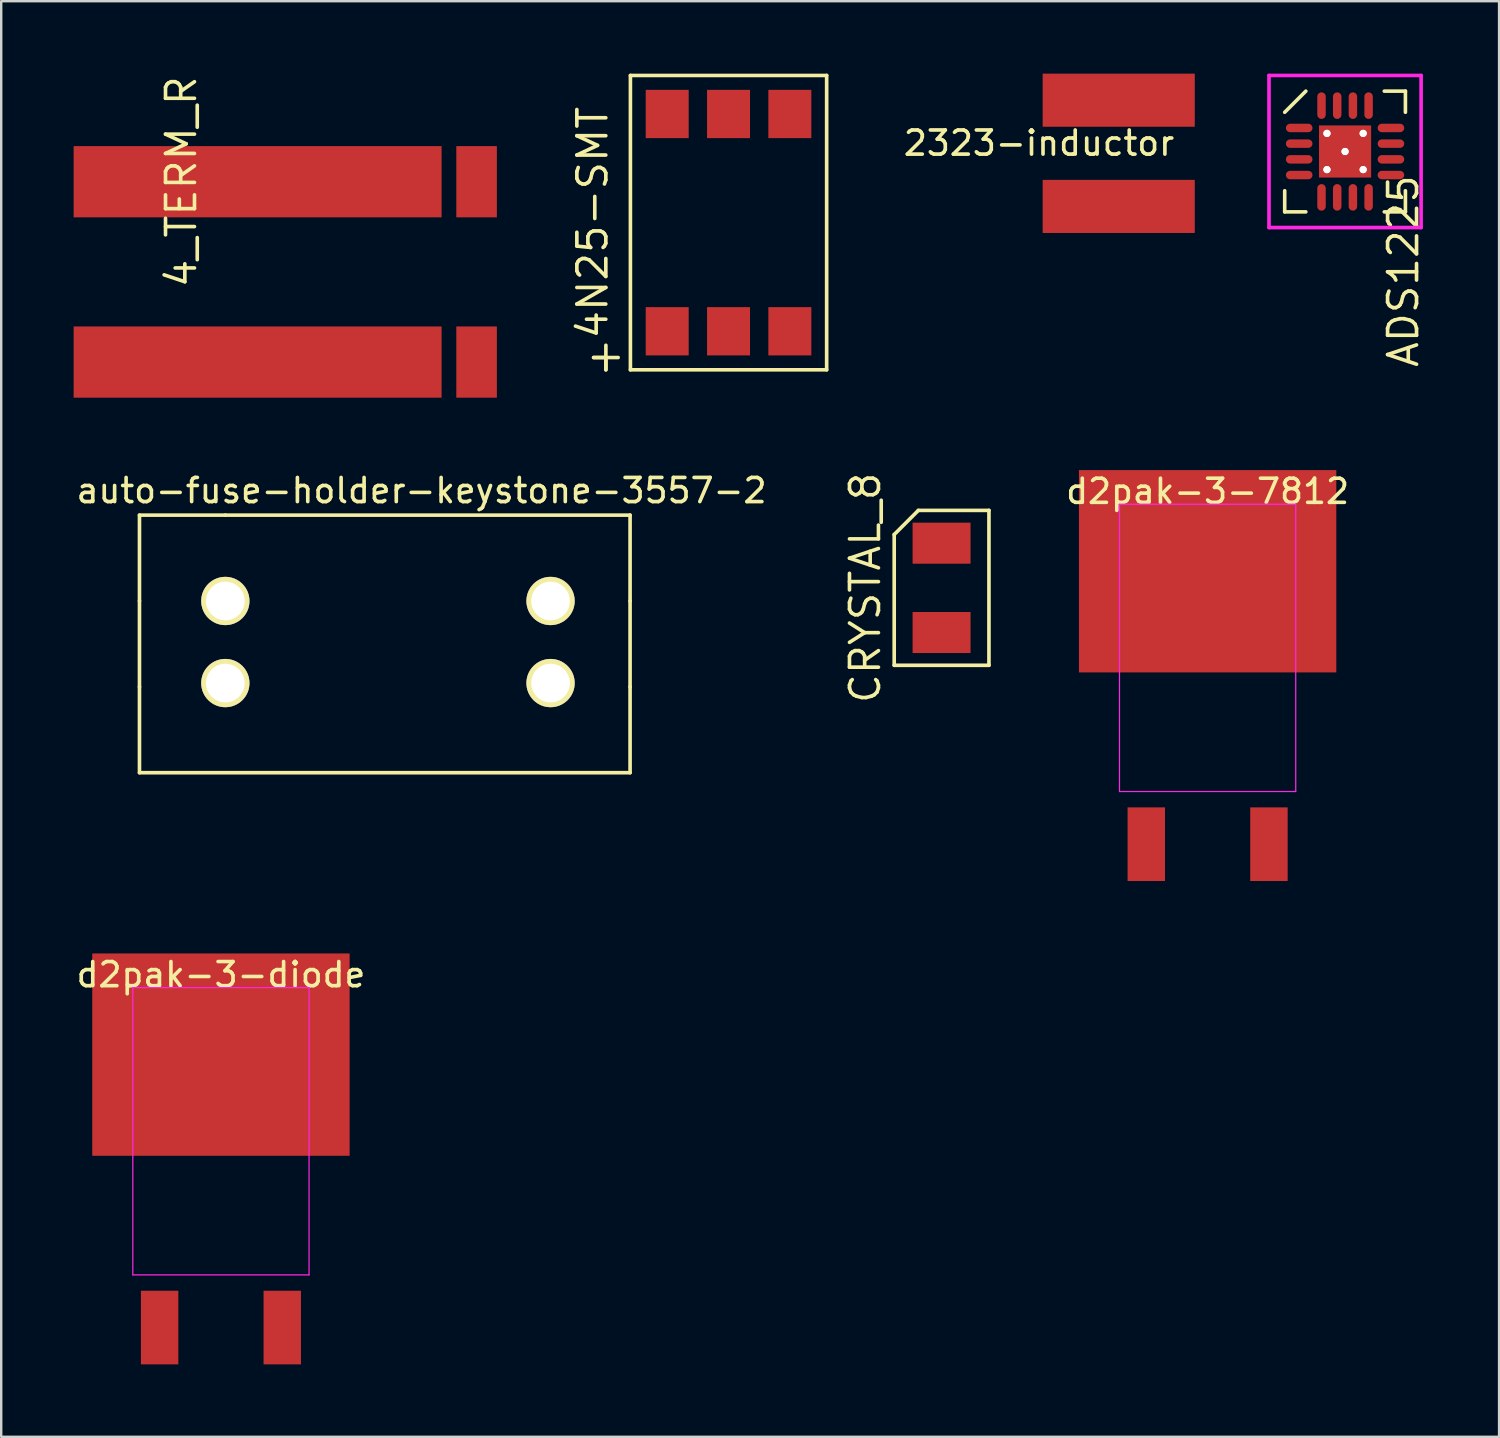
<source format=kicad_pcb>
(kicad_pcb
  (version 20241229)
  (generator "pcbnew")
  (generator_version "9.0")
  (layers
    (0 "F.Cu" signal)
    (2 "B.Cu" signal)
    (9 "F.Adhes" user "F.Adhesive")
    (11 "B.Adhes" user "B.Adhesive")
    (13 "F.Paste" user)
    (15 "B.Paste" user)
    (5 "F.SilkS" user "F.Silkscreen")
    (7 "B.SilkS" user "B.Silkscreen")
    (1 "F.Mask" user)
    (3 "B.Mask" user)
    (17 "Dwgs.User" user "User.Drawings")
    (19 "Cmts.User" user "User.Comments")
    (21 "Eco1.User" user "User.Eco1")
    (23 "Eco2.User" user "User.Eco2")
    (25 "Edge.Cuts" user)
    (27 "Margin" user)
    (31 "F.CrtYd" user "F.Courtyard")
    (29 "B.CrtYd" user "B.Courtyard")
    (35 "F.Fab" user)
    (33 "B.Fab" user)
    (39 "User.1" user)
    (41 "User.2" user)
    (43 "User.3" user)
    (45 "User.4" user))
  (footprint "2323-inductor"
    (layer "F.Cu")
    (at 43.286 1.1)
    (property "Reference" "2323-inductor" (at -3.302 1.778 0) (layer "F.SilkS") (effects (font (size 1 1) (thickness 0.15))))
    (attr through_hole)
    (pad "1" smd rect (at 0 0) (size 6.3 2.2) (layers "F.Cu" "F.Mask" "F.Paste"))
    (pad "2" smd rect (at 0 4.4) (size 6.3 2.2) (layers "F.Cu" "F.Mask" "F.Paste")))
  (footprint "CRYSTAL_8"
    (layer "F.Cu")
    (at 35.949 21.298)
    (property "Reference" "CRYSTAL_8" (at -3.162 0 90) (layer "F.SilkS") (effects (font (size 1.2 1.2) (thickness 0.15))))
    (attr through_hole)
    (fp_line (start -1.962 -2.208) (end -1.962 3.208) (stroke (width 0.15) (type solid)) (layer "F.SilkS"))
    (fp_line (start -1.962 3.208) (end 1.962 3.208) (stroke (width 0.15) (type solid)) (layer "F.SilkS"))
    (fp_line (start -0.962 -3.208) (end -1.962 -2.208) (stroke (width 0.15) (type solid)) (layer "F.SilkS"))
    (fp_line (start 1.962 -3.208) (end -0.962 -3.208) (stroke (width 0.15) (type solid)) (layer "F.SilkS"))
    (fp_line (start 1.962 3.208) (end 1.962 -3.208) (stroke (width 0.15) (type solid)) (layer "F.SilkS"))
    (pad "1" smd rect (at 0 1.85) (size 2.4 1.7) (layers "F.Cu" "F.Mask" "F.Paste"))
    (pad "2" smd rect (at 0 -1.85) (size 2.4 1.7) (layers "F.Cu" "F.Mask" "F.Paste")))
  (footprint "4N25-SMT"
    (layer "F.Cu")
    (at 27.125 6.171)
    (property "Reference" "4N25-SMT" (at -5.63 0 90) (layer "F.SilkS") (effects (font (size 1.2 1.2) (thickness 0.15))))
    (attr through_hole)
    (fp_line (start -5.588 5.588) (end -4.572 5.588) (stroke (width 0.15) (type solid)) (layer "F.SilkS"))
    (fp_line (start -5.08 5.08) (end -5.08 6.096) (stroke (width 0.15) (type solid)) (layer "F.SilkS"))
    (fp_line (start -5.08 5.588) (end -5.588 5.588) (stroke (width 0.15) (type solid)) (layer "F.SilkS"))
    (fp_line (start -5.08 6.096) (end -5.08 5.588) (stroke (width 0.15) (type solid)) (layer "F.SilkS"))
    (fp_line (start -4.064 -6.096) (end -4.064 6.096) (stroke (width 0.15) (type solid)) (layer "F.SilkS"))
    (fp_line (start -4.064 6.096) (end 4.064 6.096) (stroke (width 0.15) (type solid)) (layer "F.SilkS"))
    (fp_line (start 4.064 -6.096) (end -4.064 -6.096) (stroke (width 0.15) (type solid)) (layer "F.SilkS"))
    (fp_line (start 4.064 6.096) (end 4.064 -6.096) (stroke (width 0.15) (type solid)) (layer "F.SilkS"))
    (pad "1" smd rect (at -2.54 4.5) (size 1.78 2) (layers "F.Cu" "F.Mask" "F.Paste"))
    (pad "2" smd rect (at 0 4.5) (size 1.78 2) (layers "F.Cu" "F.Mask" "F.Paste"))
    (pad "3" smd rect (at 2.54 4.5) (size 1.78 2) (layers "F.Cu" "F.Mask" "F.Paste"))
    (pad "4" smd rect (at 2.54 -4.5) (size 1.78 2) (layers "F.Cu" "F.Mask" "F.Paste"))
    (pad "5" smd rect (at 0 -4.5) (size 1.78 2) (layers "F.Cu" "F.Mask" "F.Paste"))
    (pad "6" smd rect (at -2.54 -4.5) (size 1.78 2) (layers "F.Cu" "F.Mask" "F.Paste")))
  (footprint "ADS1225"
    (layer "F.Cu")
    (at 52.661 3.225)
    (property "Reference" "ADS1225" (at 2.413 4.953 90) (layer "F.SilkS") (effects (font (size 1.2 1.2) (thickness 0.15))))
    (attr through_hole)
    (fp_line (start -2.5 -1.625) (end -1.625 -2.5) (stroke (width 0.15) (type solid)) (layer "F.SilkS"))
    (fp_line (start -2.5 2.5) (end -2.5 1.625) (stroke (width 0.15) (type solid)) (layer "F.SilkS"))
    (fp_line (start -1.625 2.5) (end -2.5 2.5) (stroke (width 0.15) (type solid)) (layer "F.SilkS"))
    (fp_line (start 1.625 -2.5) (end 2.5 -2.5) (stroke (width 0.15) (type solid)) (layer "F.SilkS"))
    (fp_line (start 1.625 2.5) (end 2.5 2.5) (stroke (width 0.15) (type solid)) (layer "F.SilkS"))
    (fp_line (start 2.5 -2.5) (end 2.5 -1.625) (stroke (width 0.15) (type solid)) (layer "F.SilkS"))
    (fp_line (start 2.5 2.5) (end 2.5 1.625) (stroke (width 0.15) (type solid)) (layer "F.SilkS"))
    (fp_line (start -3.15 -3.15) (end 3.15 -3.15) (stroke (width 0.15) (type solid)) (layer "F.CrtYd"))
    (fp_line (start -3.15 3.15) (end -3.15 -3.15) (stroke (width 0.15) (type solid)) (layer "F.CrtYd"))
    (fp_line (start 3.15 -3.15) (end 3.15 3.15) (stroke (width 0.15) (type solid)) (layer "F.CrtYd"))
    (fp_line (start 3.15 3.15) (end -3.15 3.15) (stroke (width 0.15) (type solid)) (layer "F.CrtYd"))
    (pad "1" smd oval (at -1.9 -0.975 90) (size 0.35 1.1) (layers "F.Cu" "F.Mask" "F.Paste"))
    (pad "2" smd oval (at -1.9 -0.325 90) (size 0.35 1.1) (layers "F.Cu" "F.Mask" "F.Paste"))
    (pad "3" smd oval (at -1.9 0.325 90) (size 0.35 1.1) (layers "F.Cu" "F.Mask" "F.Paste"))
    (pad "4" smd oval (at -1.9 0.975 90) (size 0.35 1.1) (layers "F.Cu" "F.Mask" "F.Paste"))
    (pad "5" smd oval (at -0.975 1.9) (size 0.35 1.1) (layers "F.Cu" "F.Mask" "F.Paste"))
    (pad "6" smd oval (at -0.325 1.9) (size 0.35 1.1) (layers "F.Cu" "F.Mask" "F.Paste"))
    (pad "7" smd oval (at 0.325 1.9) (size 0.35 1.1) (layers "F.Cu" "F.Mask" "F.Paste"))
    (pad "8" smd oval (at 0.975 1.9) (size 0.35 1.1) (layers "F.Cu" "F.Mask" "F.Paste"))
    (pad "9" smd oval (at 1.9 0.975 90) (size 0.35 1.1) (layers "F.Cu" "F.Mask" "F.Paste"))
    (pad "10" smd oval (at 1.9 0.325 90) (size 0.35 1.1) (layers "F.Cu" "F.Mask" "F.Paste"))
    (pad "11" smd oval (at 1.9 -0.325 90) (size 0.35 1.1) (layers "F.Cu" "F.Mask" "F.Paste"))
    (pad "12" thru_hole circle (at -0.75 -0.75) (size 0.3 0.3) (drill 0.3) (layers "*.Cu" "*.Mask" "F.SilkS"))
    (pad "12" thru_hole circle (at -0.75 0.75) (size 0.3 0.3) (drill 0.3) (layers "*.Cu" "*.Mask" "F.SilkS"))
    (pad "12" thru_hole circle (at 0 0) (size 0.3 0.3) (drill 0.3) (layers "*.Cu" "*.Mask" "F.SilkS"))
    (pad "12" smd rect (at 0 0) (size 2.16 2.16) (layers "F.Cu" "F.Mask" "F.Paste"))
    (pad "12" thru_hole circle (at 0.75 -0.75) (size 0.3 0.3) (drill 0.3) (layers "*.Cu" "*.Mask" "F.SilkS"))
    (pad "12" thru_hole circle (at 0.75 0.75) (size 0.3 0.3) (drill 0.3) (layers "*.Cu" "*.Mask" "F.SilkS"))
    (pad "12" smd oval (at 1.9 -0.975 90) (size 0.35 1.1) (layers "F.Cu" "F.Mask" "F.Paste"))
    (pad "13" smd oval (at 0.975 -1.9) (size 0.35 1.1) (layers "F.Cu" "F.Mask" "F.Paste"))
    (pad "14" smd oval (at 0.325 -1.9) (size 0.35 1.1) (layers "F.Cu" "F.Mask" "F.Paste"))
    (pad "15" smd oval (at -0.325 -1.9) (size 0.35 1.1) (layers "F.Cu" "F.Mask" "F.Paste"))
    (pad "16" smd oval (at -0.975 -1.9) (size 0.35 1.1) (layers "F.Cu" "F.Mask" "F.Paste")))
  (footprint "d2pak-3-diode"
    (layer "F.Cu")
    (at 6.101 44.821)
    (property "Reference" "d2pak-3-diode" (at 0 -7.5 0) (layer "F.SilkS") (effects (font (size 1 1) (thickness 0.15))))
    (attr smd)
    (fp_line (start -3.65 -6.966) (end 3.65 -6.966) (stroke (width 0.05) (type solid)) (layer "F.CrtYd"))
    (fp_line (start -3.65 4.934) (end -3.65 -6.966) (stroke (width 0.05) (type solid)) (layer "F.CrtYd"))
    (fp_line (start 3.65 -6.966) (end 3.65 4.934) (stroke (width 0.05) (type solid)) (layer "F.CrtYd"))
    (fp_line (start 3.65 4.934) (end -3.65 4.934) (stroke (width 0.05) (type solid)) (layer "F.CrtYd"))
    (pad "1" smd rect (at 0 -4.19) (size 10.66 8.38) (layers "F.Cu" "F.Mask" "F.Paste"))
    (pad "2" smd rect (at -2.54 7.115) (size 1.55 3.05) (layers "F.Cu" "F.Mask" "F.Paste"))
    (pad "3" smd rect (at 2.54 7.115) (size 1.55 3.05) (layers "F.Cu" "F.Mask" "F.Paste")))
  (footprint "auto-fuse-holder-keystone-3557-2"
    (layer "F.Cu")
    (at 6.283 21.842)
    (property "Reference" "auto-fuse-holder-keystone-3557-2" (at 8.128 -4.572 0) (layer "F.SilkS") (effects (font (size 1 1) (thickness 0.15))))
    (attr through_hole)
    (fp_line (start -3.556 -3.556) (end -3.556 0) (stroke (width 0.15) (type solid)) (layer "F.SilkS"))
    (fp_line (start -3.556 0) (end -3.556 3.556) (stroke (width 0.15) (type solid)) (layer "F.SilkS"))
    (fp_line (start -3.556 3.556) (end -3.556 7.112) (stroke (width 0.15) (type solid)) (layer "F.SilkS"))
    (fp_line (start -3.556 7.112) (end 16.764 7.112) (stroke (width 0.15) (type solid)) (layer "F.SilkS"))
    (fp_line (start 0 -3.556) (end -3.556 -3.556) (stroke (width 0.15) (type solid)) (layer "F.SilkS"))
    (fp_line (start 0 -3.556) (end 16.764 -3.556) (stroke (width 0.15) (type solid)) (layer "F.SilkS"))
    (fp_line (start 16.764 -3.556) (end 16.764 0) (stroke (width 0.15) (type solid)) (layer "F.SilkS"))
    (fp_line (start 16.764 0) (end 16.764 3.556) (stroke (width 0.15) (type solid)) (layer "F.SilkS"))
    (fp_line (start 16.764 7.112) (end 16.764 3.556) (stroke (width 0.15) (type solid)) (layer "F.SilkS"))
    (pad "1" thru_hole circle (at 0 0) (size 2 2) (drill 1.6) (layers "*.Cu" "*.Mask" "F.SilkS"))
    (pad "1" thru_hole circle (at 0 3.4) (size 2 2) (drill 1.6) (layers "*.Cu" "*.Mask" "F.SilkS"))
    (pad "2" thru_hole circle (at 13.47 0) (size 2 2) (drill 1.6) (layers "*.Cu" "*.Mask" "F.SilkS"))
    (pad "2" thru_hole circle (at 13.47 3.4) (size 2 2) (drill 1.6) (layers "*.Cu" "*.Mask" "F.SilkS")))
  (footprint "4_TERM_R"
    (layer "F.Cu")
    (at 7.62 5.95)
    (property "Reference" "4_TERM_R" (at -3.162 -1.473 90) (layer "F.SilkS") (effects (font (size 1.2 1.2) (thickness 0.15))))
    (attr through_hole)
    (pad "1" smd rect (at 0 -1.473) (size 15.24 2.95) (layers "F.Cu" "F.Mask" "F.Paste"))
    (pad "2" smd rect (at 0 5.997) (size 15.24 2.95) (layers "F.Cu" "F.Mask" "F.Paste"))
    (pad "3" smd rect (at 9.07 -1.473) (size 1.68 2.95) (layers "F.Cu" "F.Mask" "F.Paste"))
    (pad "4" smd rect (at 9.07 5.997) (size 1.68 2.95) (layers "F.Cu" "F.Mask" "F.Paste")))
  (footprint "d2pak-3-7812"
    (layer "F.Cu")
    (at 46.968 24.801)
    (property "Reference" "d2pak-3-7812" (at 0 -7.5 0) (layer "F.SilkS") (effects (font (size 1 1) (thickness 0.15))))
    (attr smd)
    (fp_line (start -3.65 -6.966) (end 3.65 -6.966) (stroke (width 0.05) (type solid)) (layer "F.CrtYd"))
    (fp_line (start -3.65 4.934) (end -3.65 -6.966) (stroke (width 0.05) (type solid)) (layer "F.CrtYd"))
    (fp_line (start 3.65 -6.966) (end 3.65 4.934) (stroke (width 0.05) (type solid)) (layer "F.CrtYd"))
    (fp_line (start 3.65 4.934) (end -3.65 4.934) (stroke (width 0.05) (type solid)) (layer "F.CrtYd"))
    (pad "1" smd rect (at -2.54 7.115) (size 1.55 3.05) (layers "F.Cu" "F.Mask" "F.Paste"))
    (pad "2" smd rect (at 0 -4.19) (size 10.66 8.38) (layers "F.Cu" "F.Mask" "F.Paste"))
    (pad "3" smd rect (at 2.54 7.115) (size 1.55 3.05) (layers "F.Cu" "F.Mask" "F.Paste")))
  (gr_rect
    (start -3 -3)
    (end 59.04 56.461)
    (stroke (width 0.1) (type default))
    (fill no)
    (layer "Edge.Cuts")))
</source>
